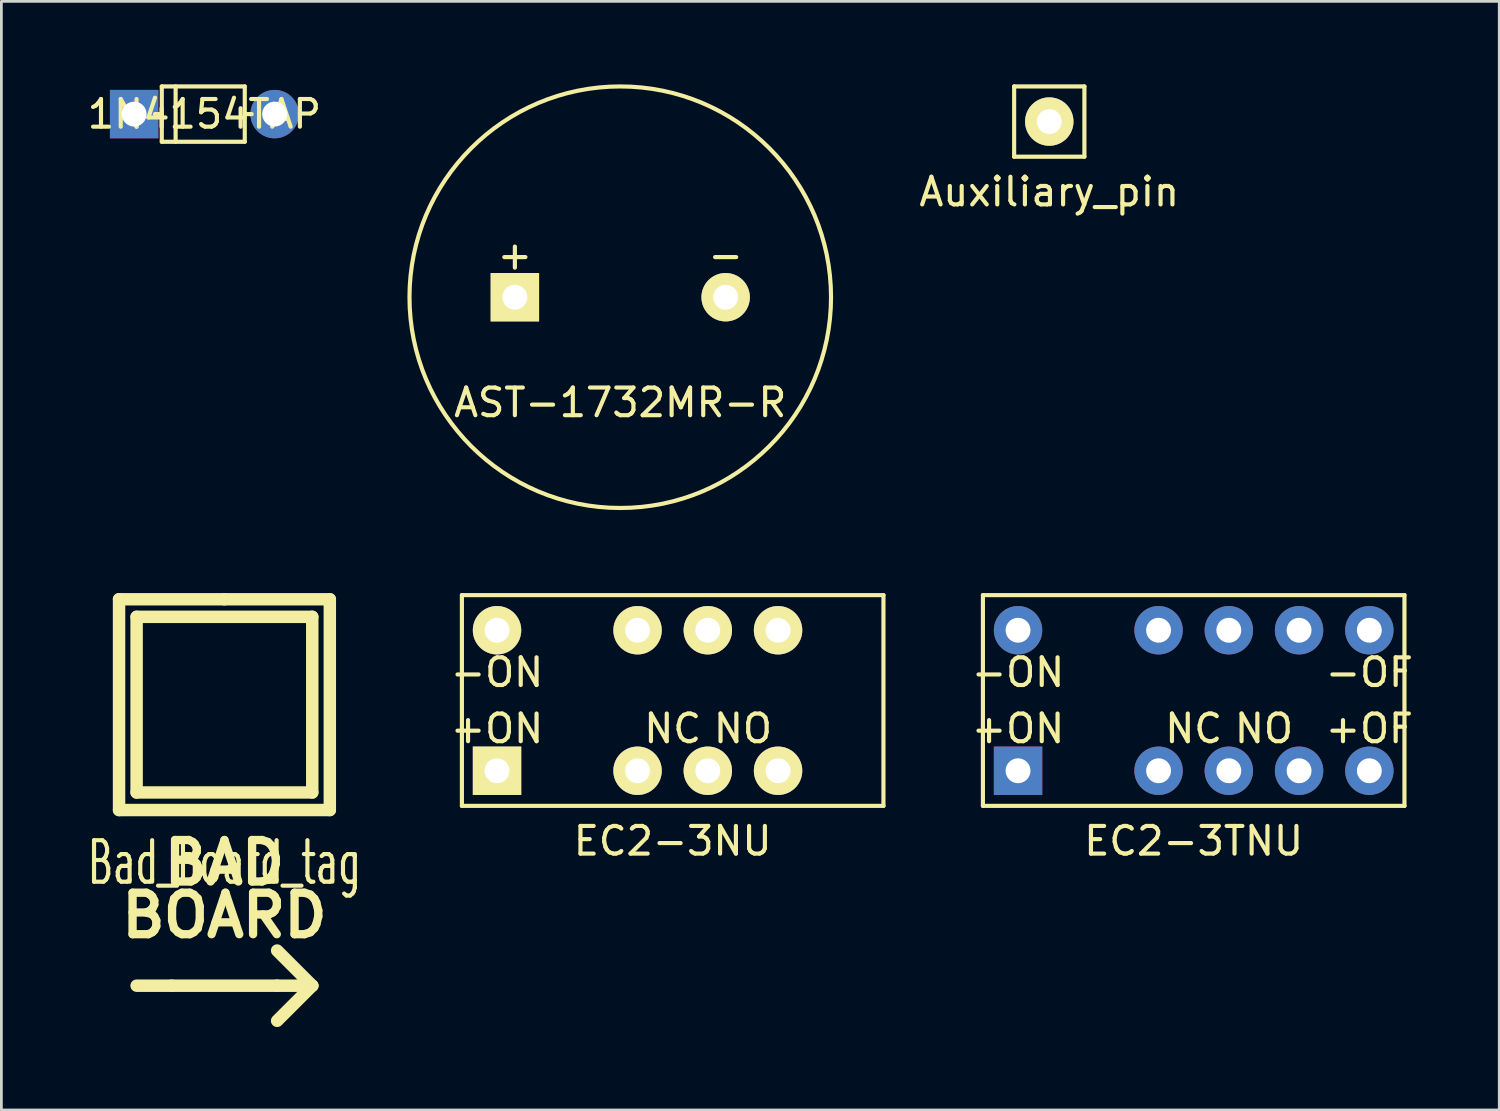
<source format=kicad_pcb>
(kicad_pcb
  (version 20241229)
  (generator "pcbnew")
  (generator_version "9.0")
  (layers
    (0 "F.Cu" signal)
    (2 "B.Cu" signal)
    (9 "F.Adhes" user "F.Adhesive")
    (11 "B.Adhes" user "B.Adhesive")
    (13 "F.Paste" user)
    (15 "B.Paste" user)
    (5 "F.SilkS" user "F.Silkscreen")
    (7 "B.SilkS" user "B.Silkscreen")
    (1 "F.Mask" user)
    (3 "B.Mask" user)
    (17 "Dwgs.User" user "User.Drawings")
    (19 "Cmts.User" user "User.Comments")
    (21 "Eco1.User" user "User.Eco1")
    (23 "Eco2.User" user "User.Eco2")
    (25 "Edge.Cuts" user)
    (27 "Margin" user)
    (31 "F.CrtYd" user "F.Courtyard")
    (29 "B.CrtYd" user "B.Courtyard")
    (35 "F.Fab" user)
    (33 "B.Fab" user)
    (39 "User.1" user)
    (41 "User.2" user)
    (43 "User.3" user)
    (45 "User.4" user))
  (footprint "1N4154TAP"
    (layer "F.Cu")
    (at 1.799 1.075)
    (property "Reference" "1N4154TAP" (at 2.54 0 0) (layer "F.SilkS") (effects (font (size 1 1) (thickness 0.15))))
    (attr through_hole)
    (fp_line (start 1 -1) (end 1 1) (stroke (width 0.15) (type solid)) (layer "F.SilkS"))
    (fp_line (start 1 0) (end 0.75 0) (stroke (width 0.15) (type solid)) (layer "F.SilkS"))
    (fp_line (start 1 1) (end 4 1) (stroke (width 0.15) (type solid)) (layer "F.SilkS"))
    (fp_line (start 1.5 1) (end 1.5 -1) (stroke (width 0.15) (type solid)) (layer "F.SilkS"))
    (fp_line (start 4 -1) (end 1 -1) (stroke (width 0.15) (type solid)) (layer "F.SilkS"))
    (fp_line (start 4 0) (end 4.25 0) (stroke (width 0.15) (type solid)) (layer "F.SilkS"))
    (fp_line (start 4 1) (end 4 -1) (stroke (width 0.15) (type solid)) (layer "F.SilkS"))
    (pad "1" thru_hole rect (at 0 0) (size 1.75 1.75) (drill 0.9) (layers "*.Cu" "*.Mask"))
    (pad "2" thru_hole circle (at 5.08 0) (size 1.75 1.75) (drill 0.9) (layers "*.Cu" "*.Mask")))
  (footprint "AST-1732MR-R"
    (layer "F.Cu")
    (at 15.564 7.695)
    (property "Reference" "AST-1732MR-R" (at 3.81 3.81 0) (layer "F.SilkS") (effects (font (size 1 1) (thickness 0.15))))
    (attr through_hole)
    (fp_circle (center 3.81 0) (end 3.81 7.62) (stroke (width 0.15) (type solid)) (fill no) (layer "F.SilkS"))
    (fp_text user "+" (at 0 -1.524 0) (layer "F.SilkS") (effects (font (size 1 1) (thickness 0.15))))
    (fp_text user "-" (at 7.62 -1.524 0) (layer "F.SilkS") (effects (font (size 1 1) (thickness 0.15))))
    (pad "1" thru_hole rect (at 0 0) (size 1.75 1.75) (drill 0.9) (layers "*.Cu" "*.Mask" "F.SilkS"))
    (pad "2" thru_hole circle (at 7.62 0) (size 1.75 1.75) (drill 0.9) (layers "*.Cu" "*.Mask" "F.SilkS")))
  (footprint "EC2-3TNU"
    (layer "F.Cu")
    (at 33.755 24.815)
    (property "Reference" "EC2-3TNU" (at 6.35 2.54 0) (layer "F.SilkS") (effects (font (size 1 1) (thickness 0.15))))
    (attr through_hole)
    (fp_line (start -1.27 -6.35) (end 13.97 -6.35) (stroke (width 0.15) (type solid)) (layer "F.SilkS"))
    (fp_line (start -1.27 1.27) (end -1.27 -6.35) (stroke (width 0.15) (type solid)) (layer "F.SilkS"))
    (fp_line (start 13.97 -6.35) (end 13.97 1.27) (stroke (width 0.15) (type solid)) (layer "F.SilkS"))
    (fp_line (start 13.97 1.27) (end -1.27 1.27) (stroke (width 0.15) (type solid)) (layer "F.SilkS"))
    (fp_text user "-ON" (at 0 -3.556 0) (layer "F.SilkS") (effects (font (size 1 1) (thickness 0.15))))
    (fp_text user "NO" (at 8.89 -1.524 0) (layer "F.SilkS") (effects (font (size 1 1) (thickness 0.15))))
    (fp_text user "+OF" (at 12.7 -1.524 0) (layer "F.SilkS") (effects (font (size 1 1) (thickness 0.15))))
    (fp_text user "NC" (at 6.35 -1.524 0) (layer "F.SilkS") (effects (font (size 1 1) (thickness 0.15))))
    (fp_text user "+ON" (at 0 -1.524 0) (layer "F.SilkS") (effects (font (size 1 1) (thickness 0.15))))
    (fp_text user "-OF" (at 12.7 -3.556 0) (layer "F.SilkS") (effects (font (size 1 1) (thickness 0.15))))
    (pad "1" thru_hole rect (at 0 0) (size 1.75 1.75) (drill 0.9) (layers "*.Cu" "*.Mask"))
    (pad "3" thru_hole circle (at 5.08 0) (size 1.75 1.75) (drill 0.9) (layers "*.Cu" "*.Mask"))
    (pad "4" thru_hole circle (at 7.62 0) (size 1.75 1.75) (drill 0.9) (layers "*.Cu" "*.Mask"))
    (pad "5" thru_hole circle (at 10.16 0) (size 1.75 1.75) (drill 0.9) (layers "*.Cu" "*.Mask"))
    (pad "6" thru_hole circle (at 12.7 0) (size 1.75 1.75) (drill 0.9) (layers "*.Cu" "*.Mask"))
    (pad "7" thru_hole circle (at 12.7 -5.08) (size 1.75 1.75) (drill 0.9) (layers "*.Cu" "*.Mask"))
    (pad "8" thru_hole circle (at 10.16 -5.08) (size 1.75 1.75) (drill 0.9) (layers "*.Cu" "*.Mask"))
    (pad "9" thru_hole circle (at 7.62 -5.08) (size 1.75 1.75) (drill 0.9) (layers "*.Cu" "*.Mask"))
    (pad "10" thru_hole circle (at 5.08 -5.08) (size 1.75 1.75) (drill 0.9) (layers "*.Cu" "*.Mask"))
    (pad "12" thru_hole circle (at 0 -5.08) (size 1.75 1.75) (drill 0.9) (layers "*.Cu" "*.Mask")))
  (footprint "EC2-3NU"
    (layer "F.Cu")
    (at 14.919 24.815)
    (property "Reference" "EC2-3NU" (at 6.35 2.54 0) (layer "F.SilkS") (effects (font (size 1 1) (thickness 0.15))))
    (attr through_hole)
    (fp_line (start -1.27 -6.35) (end -1.27 1.27) (stroke (width 0.15) (type solid)) (layer "F.SilkS"))
    (fp_line (start -1.27 1.27) (end 13.97 1.27) (stroke (width 0.15) (type solid)) (layer "F.SilkS"))
    (fp_line (start 13.97 -6.35) (end -1.27 -6.35) (stroke (width 0.15) (type solid)) (layer "F.SilkS"))
    (fp_line (start 13.97 1.27) (end 13.97 -6.35) (stroke (width 0.15) (type solid)) (layer "F.SilkS"))
    (fp_text user "+ON" (at 0 -1.524 0) (layer "F.SilkS") (effects (font (size 1 1) (thickness 0.15))))
    (fp_text user "-ON" (at 0 -3.556 0) (layer "F.SilkS") (effects (font (size 1 1) (thickness 0.15))))
    (fp_text user "NO" (at 8.89 -1.524 0) (layer "F.SilkS") (effects (font (size 1 1) (thickness 0.15))))
    (fp_text user "NC" (at 6.35 -1.524 0) (layer "F.SilkS") (effects (font (size 1 1) (thickness 0.15))))
    (pad "1" thru_hole rect (at 0 0) (size 1.75 1.75) (drill 0.9) (layers "*.Cu" "*.Mask" "F.SilkS"))
    (pad "3" thru_hole circle (at 5.08 0) (size 1.75 1.75) (drill 0.9) (layers "*.Cu" "*.Mask" "F.SilkS"))
    (pad "4" thru_hole circle (at 7.62 0) (size 1.75 1.75) (drill 0.9) (layers "*.Cu" "*.Mask" "F.SilkS"))
    (pad "5" thru_hole circle (at 10.16 0) (size 1.75 1.75) (drill 0.9) (layers "*.Cu" "*.Mask" "F.SilkS"))
    (pad "8" thru_hole circle (at 10.16 -5.08) (size 1.75 1.75) (drill 0.9) (layers "*.Cu" "*.Mask" "F.SilkS"))
    (pad "9" thru_hole circle (at 7.62 -5.08) (size 1.75 1.75) (drill 0.9) (layers "*.Cu" "*.Mask" "F.SilkS"))
    (pad "10" thru_hole circle (at 5.08 -5.08) (size 1.75 1.75) (drill 0.9) (layers "*.Cu" "*.Mask" "F.SilkS"))
    (pad "12" thru_hole circle (at 0 -5.08) (size 1.75 1.75) (drill 0.9) (layers "*.Cu" "*.Mask" "F.SilkS")))
  (footprint "Bad_board_tag"
    (layer "F.Cu")
    (at 5.064 22.425)
    (property "Reference" "Bad_board_tag" (at 0 5.715 0) (layer "F.SilkS") (effects (font (size 1.5 0.9) (thickness 0.15))))
    (attr through_hole)
    (fp_line (start -3.81 -3.81) (end 0 -3.81) (stroke (width 0.45) (type solid)) (layer "F.SilkS"))
    (fp_line (start -3.81 3.81) (end -3.81 -3.81) (stroke (width 0.15) (type solid)) (layer "F.SilkS"))
    (fp_line (start -3.81 3.81) (end -3.81 -3.81) (stroke (width 0.45) (type solid)) (layer "F.SilkS"))
    (fp_line (start -3.175 -3.175) (end -3.175 3.175) (stroke (width 0.45) (type solid)) (layer "F.SilkS"))
    (fp_line (start -3.175 3.175) (end 3.175 3.175) (stroke (width 0.45) (type solid)) (layer "F.SilkS"))
    (fp_line (start -3.175 10.16) (end -1.905 10.16) (stroke (width 0.45) (type solid)) (layer "F.SilkS"))
    (fp_line (start -1.905 10.16) (end 1.905 10.16) (stroke (width 0.45) (type solid)) (layer "F.SilkS"))
    (fp_line (start 0 -3.81) (end 3.81 -3.81) (stroke (width 0.15) (type solid)) (layer "F.SilkS"))
    (fp_line (start 0 -3.81) (end 3.81 -3.81) (stroke (width 0.45) (type solid)) (layer "F.SilkS"))
    (fp_line (start 1.905 11.43) (end 3.175 10.16) (stroke (width 0.45) (type solid)) (layer "F.SilkS"))
    (fp_line (start 3.175 -3.175) (end -3.175 -3.175) (stroke (width 0.45) (type solid)) (layer "F.SilkS"))
    (fp_line (start 3.175 3.175) (end 3.175 -3.175) (stroke (width 0.45) (type solid)) (layer "F.SilkS"))
    (fp_line (start 3.175 10.16) (end 1.905 8.89) (stroke (width 0.45) (type solid)) (layer "F.SilkS"))
    (fp_line (start 3.175 10.16) (end 1.905 10.16) (stroke (width 0.45) (type solid)) (layer "F.SilkS"))
    (fp_line (start 3.81 -3.81) (end 3.81 3.81) (stroke (width 0.15) (type solid)) (layer "F.SilkS"))
    (fp_line (start 3.81 -3.81) (end 3.81 3.81) (stroke (width 0.45) (type solid)) (layer "F.SilkS"))
    (fp_line (start 3.81 3.81) (end -3.81 3.81) (stroke (width 0.15) (type solid)) (layer "F.SilkS"))
    (fp_line (start 3.81 3.81) (end -3.81 3.81) (stroke (width 0.45) (type solid)) (layer "F.SilkS"))
    (fp_text user "BOARD" (at 0 7.62 0) (layer "F.SilkS") (effects (font (size 1.5 1.5) (thickness 0.3))))
    (fp_text user "BAD" (at 0 5.715 0) (layer "F.SilkS") (effects (font (size 1.5 1.5) (thickness 0.3)))))
  (footprint "Auxiliary_pin"
    (layer "F.Cu")
    (at 34.884 1.345)
    (property "Reference" "Auxiliary_pin" (at 0 2.54 0) (layer "F.SilkS") (effects (font (size 1 1) (thickness 0.15))))
    (attr through_hole)
    (fp_line (start -1.27 -1.27) (end 1.27 -1.27) (stroke (width 0.15) (type solid)) (layer "F.SilkS"))
    (fp_line (start -1.27 1.27) (end -1.27 -1.27) (stroke (width 0.15) (type solid)) (layer "F.SilkS"))
    (fp_line (start 1.27 -1.27) (end 1.27 1.27) (stroke (width 0.15) (type solid)) (layer "F.SilkS"))
    (fp_line (start 1.27 1.27) (end -1.27 1.27) (stroke (width 0.15) (type solid)) (layer "F.SilkS"))
    (pad "1" thru_hole circle (at 0 0) (size 1.75 1.75) (drill 0.9) (layers "*.Cu" "*.Mask" "F.SilkS")))
  (gr_rect
    (start -3 -3)
    (end 51.152 37.08)
    (stroke (width 0.1) (type default))
    (fill no)
    (layer "Edge.Cuts")))
</source>
